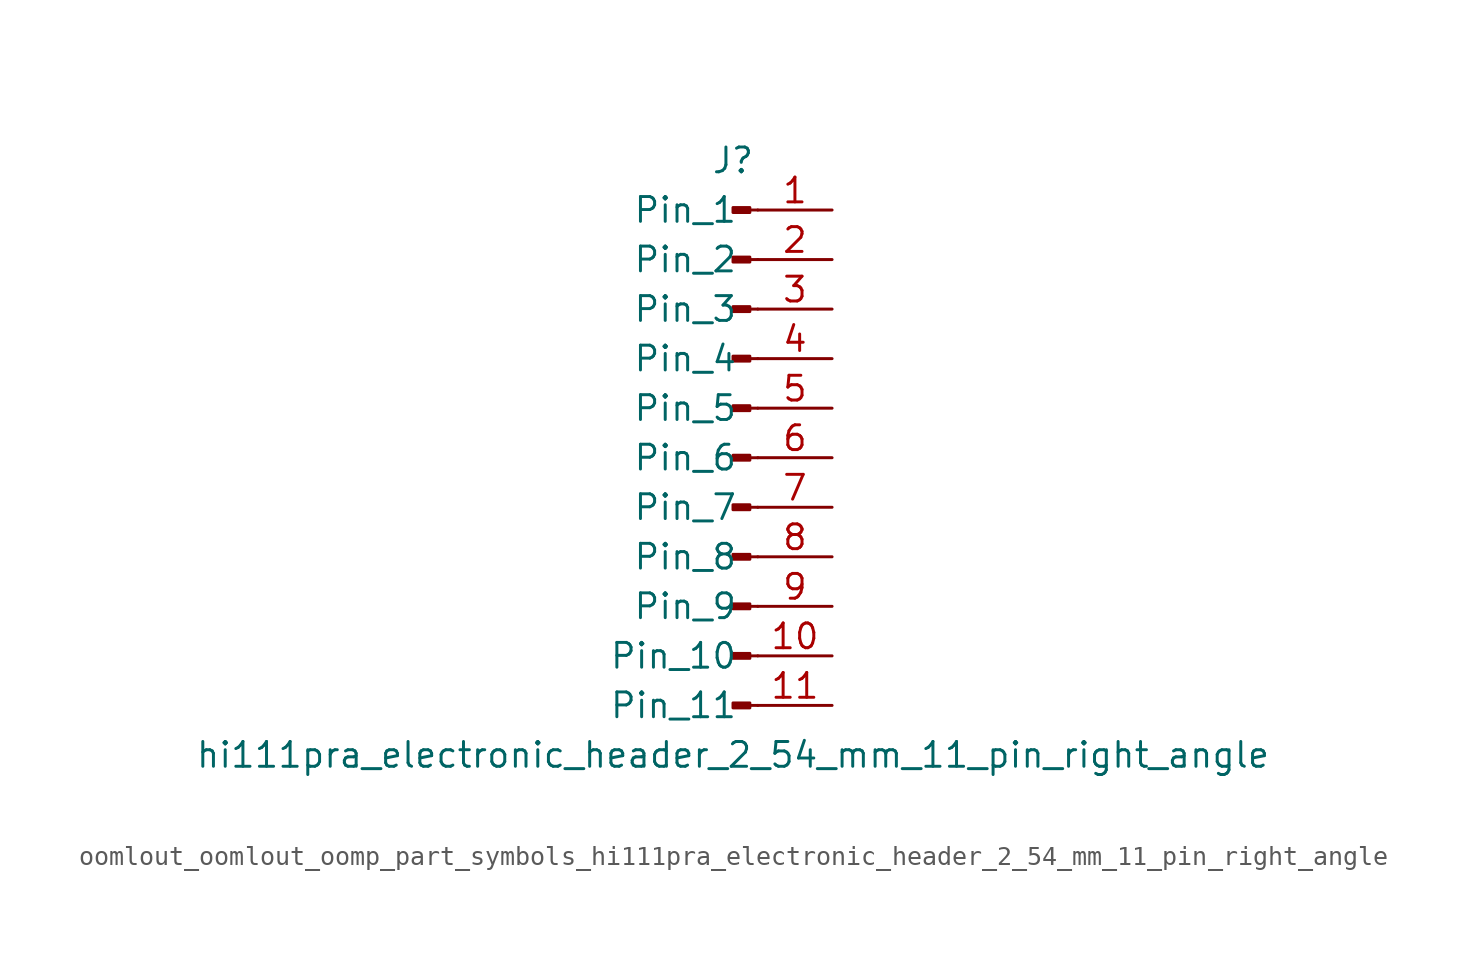
<source format=kicad_sym>
(kicad_symbol_lib
  (version 20220914)
  (generator kicad_symbol_editor)
  (symbol "oomlout_oomlout_oomp_part_symbols_hi111pra_electronic_header_2_54_mm_11_pin_right_angle"
    (pin_names
      (offset 1.016))
    (property "Reference" "J"
      (at 0 15.24 0)
      (effects (font (size 1.27 1.27))))
    (property "Value" "hi111pra_electronic_header_2_54_mm_11_pin_right_angle"
      (at 0 -15.24 0)
      (effects (font (size 1.27 1.27))))
    (property "ki_locked" ""
      (at 0 0 0)
      (effects (font (size 1.27 1.27))))
    (symbol "oomlout_oomlout_oomp_part_symbols_hi111pra_electronic_header_2_54_mm_11_pin_right_angle_1_1"
      (polyline (pts (xy 1.27 -12.7) (xy 0.864 -12.7)) (stroke (width 0.152) (type default)) (fill (type none)))
      (polyline (pts (xy 1.27 -10.16) (xy 0.864 -10.16)) (stroke (width 0.152) (type default)) (fill (type none)))
      (polyline (pts (xy 1.27 -7.62) (xy 0.864 -7.62)) (stroke (width 0.152) (type default)) (fill (type none)))
      (polyline (pts (xy 1.27 -5.08) (xy 0.864 -5.08)) (stroke (width 0.152) (type default)) (fill (type none)))
      (polyline (pts (xy 1.27 -2.54) (xy 0.864 -2.54)) (stroke (width 0.152) (type default)) (fill (type none)))
      (polyline (pts (xy 1.27 0) (xy 0.864 0)) (stroke (width 0.152) (type default)) (fill (type none)))
      (polyline (pts (xy 1.27 2.54) (xy 0.864 2.54)) (stroke (width 0.152) (type default)) (fill (type none)))
      (polyline (pts (xy 1.27 5.08) (xy 0.864 5.08)) (stroke (width 0.152) (type default)) (fill (type none)))
      (polyline (pts (xy 1.27 7.62) (xy 0.864 7.62)) (stroke (width 0.152) (type default)) (fill (type none)))
      (polyline (pts (xy 1.27 10.16) (xy 0.864 10.16)) (stroke (width 0.152) (type default)) (fill (type none)))
      (polyline (pts (xy 1.27 12.7) (xy 0.864 12.7)) (stroke (width 0.152) (type default)) (fill (type none)))
      (rectangle (start 0.864 -12.573) (end 0 -12.827) (stroke (width 0.152) (type default)) (fill (type outline)))
      (rectangle (start 0.864 -10.033) (end 0 -10.287) (stroke (width 0.152) (type default)) (fill (type outline)))
      (rectangle (start 0.864 -7.493) (end 0 -7.747) (stroke (width 0.152) (type default)) (fill (type outline)))
      (rectangle (start 0.864 -4.953) (end 0 -5.207) (stroke (width 0.152) (type default)) (fill (type outline)))
      (rectangle (start 0.864 -2.413) (end 0 -2.667) (stroke (width 0.152) (type default)) (fill (type outline)))
      (rectangle (start 0.864 0.127) (end 0 -0.127) (stroke (width 0.152) (type default)) (fill (type outline)))
      (rectangle (start 0.864 2.667) (end 0 2.413) (stroke (width 0.152) (type default)) (fill (type outline)))
      (rectangle (start 0.864 5.207) (end 0 4.953) (stroke (width 0.152) (type default)) (fill (type outline)))
      (rectangle (start 0.864 7.747) (end 0 7.493) (stroke (width 0.152) (type default)) (fill (type outline)))
      (rectangle (start 0.864 10.287) (end 0 10.033) (stroke (width 0.152) (type default)) (fill (type outline)))
      (rectangle (start 0.864 12.827) (end 0 12.573) (stroke (width 0.152) (type default)) (fill (type outline)))
      (pin passive line (at 5.08 12.7 180) (length 3.81) (name "Pin_1" (effects (font (size 1.27 1.27)))) (number "1" (effects (font (size 1.27 1.27)))))
      (pin passive line (at 5.08 -10.16 180) (length 3.81) (name "Pin_10" (effects (font (size 1.27 1.27)))) (number "10" (effects (font (size 1.27 1.27)))))
      (pin passive line (at 5.08 -12.7 180) (length 3.81) (name "Pin_11" (effects (font (size 1.27 1.27)))) (number "11" (effects (font (size 1.27 1.27)))))
      (pin passive line (at 5.08 10.16 180) (length 3.81) (name "Pin_2" (effects (font (size 1.27 1.27)))) (number "2" (effects (font (size 1.27 1.27)))))
      (pin passive line (at 5.08 7.62 180) (length 3.81) (name "Pin_3" (effects (font (size 1.27 1.27)))) (number "3" (effects (font (size 1.27 1.27)))))
      (pin passive line (at 5.08 5.08 180) (length 3.81) (name "Pin_4" (effects (font (size 1.27 1.27)))) (number "4" (effects (font (size 1.27 1.27)))))
      (pin passive line (at 5.08 2.54 180) (length 3.81) (name "Pin_5" (effects (font (size 1.27 1.27)))) (number "5" (effects (font (size 1.27 1.27)))))
      (pin passive line (at 5.08 0 180) (length 3.81) (name "Pin_6" (effects (font (size 1.27 1.27)))) (number "6" (effects (font (size 1.27 1.27)))))
      (pin passive line (at 5.08 -2.54 180) (length 3.81) (name "Pin_7" (effects (font (size 1.27 1.27)))) (number "7" (effects (font (size 1.27 1.27)))))
      (pin passive line (at 5.08 -5.08 180) (length 3.81) (name "Pin_8" (effects (font (size 1.27 1.27)))) (number "8" (effects (font (size 1.27 1.27)))))
      (pin passive line (at 5.08 -7.62 180) (length 3.81) (name "Pin_9" (effects (font (size 1.27 1.27)))) (number "9" (effects (font (size 1.27 1.27))))))))
</source>
